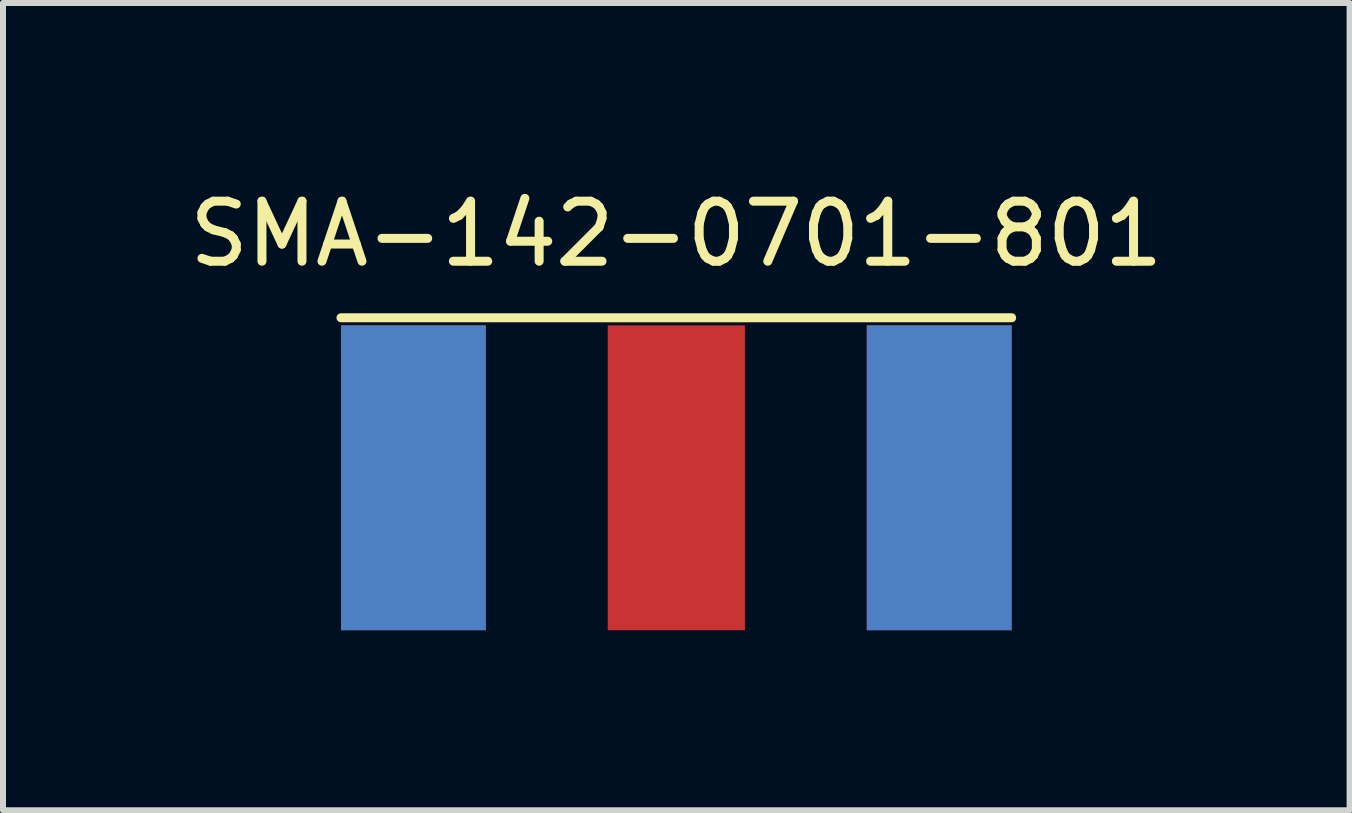
<source format=kicad_pcb>
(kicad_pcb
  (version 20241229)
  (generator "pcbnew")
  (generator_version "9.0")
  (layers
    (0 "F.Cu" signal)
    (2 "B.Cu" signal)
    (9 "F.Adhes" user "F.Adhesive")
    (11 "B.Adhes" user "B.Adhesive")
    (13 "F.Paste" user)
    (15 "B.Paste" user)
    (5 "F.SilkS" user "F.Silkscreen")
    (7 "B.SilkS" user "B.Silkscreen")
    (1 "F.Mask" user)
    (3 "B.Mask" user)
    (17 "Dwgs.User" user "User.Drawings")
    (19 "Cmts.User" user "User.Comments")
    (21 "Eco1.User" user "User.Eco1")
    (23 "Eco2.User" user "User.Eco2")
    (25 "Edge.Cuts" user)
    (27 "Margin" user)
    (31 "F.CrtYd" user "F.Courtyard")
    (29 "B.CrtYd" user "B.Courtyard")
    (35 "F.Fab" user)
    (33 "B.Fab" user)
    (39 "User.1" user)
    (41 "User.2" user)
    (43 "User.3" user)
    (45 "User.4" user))
  (footprint "SMA-142-0701-801"
    (layer "F.Cu")
    (at 8.22 4.912)
    (property "Reference" "SMA-142-0701-801" (at 0 -4.064 0) (layer "F.SilkS") (effects (font (size 1 1) (thickness 0.15))))
    (attr through_hole)
    (fp_line (start -5.588 -2.667) (end 5.588 -2.667) (stroke (width 0.15) (type solid)) (layer "F.SilkS"))
    (pad "1" smd rect (at 0 0) (size 2.286 5.08) (layers "F.Cu" "F.Mask"))
    (pad "2" smd rect (at -4.381 0) (size 2.413 5.08) (layers "F.Cu" "F.Mask"))
    (pad "2" smd rect (at -4.381 0) (size 2.413 5.08) (layers "B.Cu" "B.Mask"))
    (pad "2" smd rect (at 4.381 0) (size 2.413 5.08) (layers "F.Cu" "F.Mask"))
    (pad "2" smd rect (at 4.381 0) (size 2.413 5.08) (layers "B.Cu" "B.Mask")))
  (gr_rect
    (start -3 -3)
    (end 19.44 10.452)
    (stroke (width 0.1) (type default))
    (fill no)
    (layer "Edge.Cuts")))
</source>
